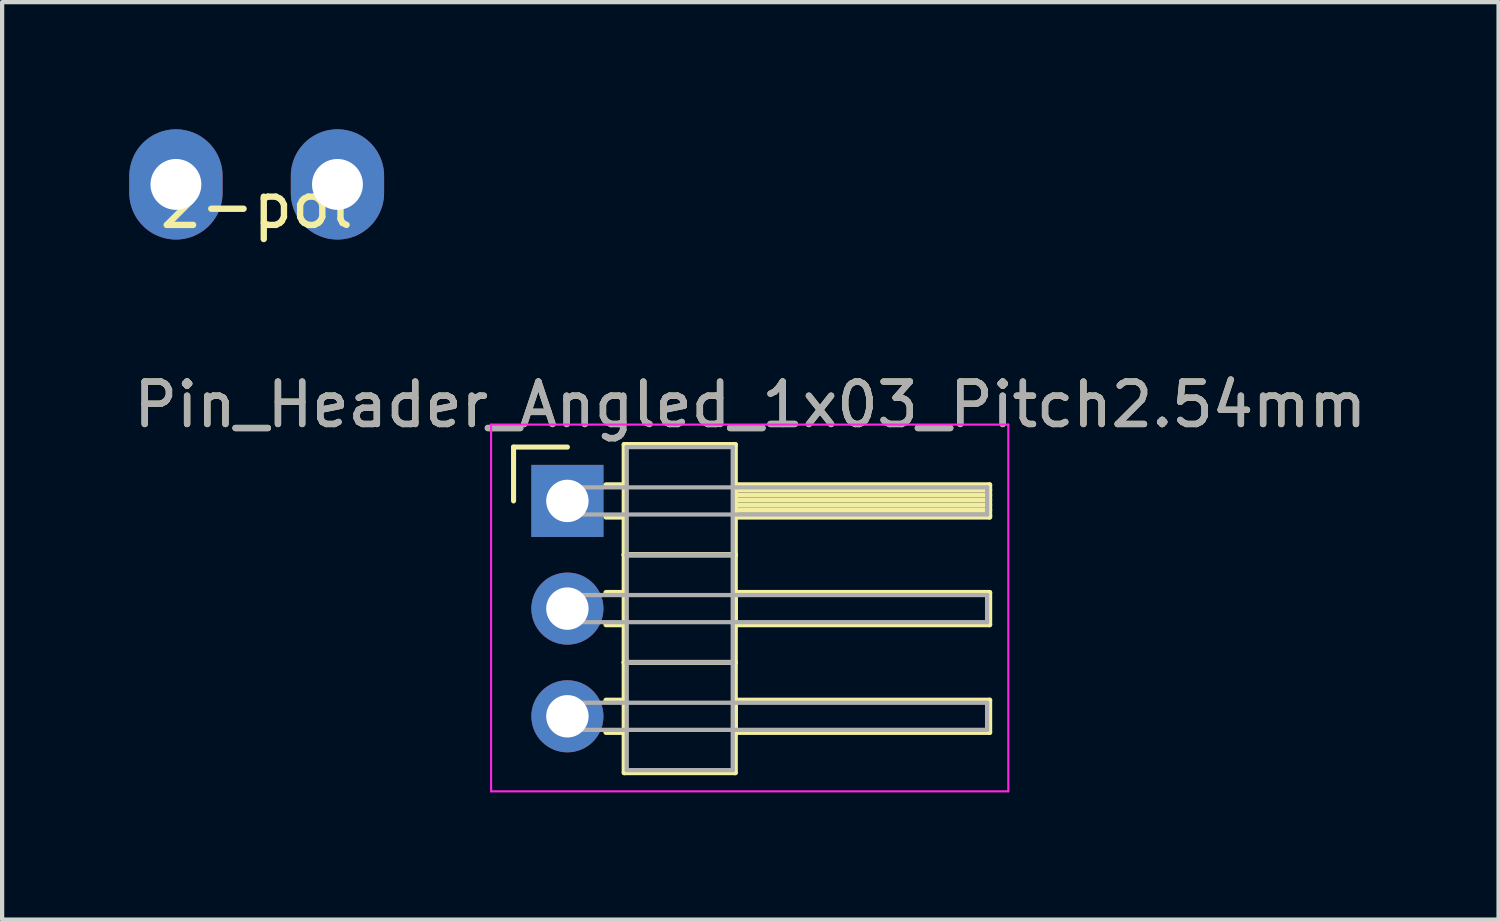
<source format=kicad_pcb>
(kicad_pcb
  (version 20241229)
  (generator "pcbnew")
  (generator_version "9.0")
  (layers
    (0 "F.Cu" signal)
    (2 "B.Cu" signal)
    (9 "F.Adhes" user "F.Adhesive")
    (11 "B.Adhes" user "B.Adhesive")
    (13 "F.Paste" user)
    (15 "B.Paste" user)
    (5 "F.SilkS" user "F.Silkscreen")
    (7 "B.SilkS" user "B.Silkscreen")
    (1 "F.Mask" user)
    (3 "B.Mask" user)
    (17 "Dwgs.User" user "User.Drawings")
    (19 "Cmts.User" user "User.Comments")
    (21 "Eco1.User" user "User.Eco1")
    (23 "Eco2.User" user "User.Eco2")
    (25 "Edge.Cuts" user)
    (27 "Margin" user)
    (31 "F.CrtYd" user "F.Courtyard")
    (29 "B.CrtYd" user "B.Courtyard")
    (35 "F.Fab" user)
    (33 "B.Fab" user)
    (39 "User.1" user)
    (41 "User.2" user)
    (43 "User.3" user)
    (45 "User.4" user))
  (footprint "2-pol"
    (layer "F.Cu")
    (at 3.005 1.3)
    (property "Reference" "2-pol" (at 0 0.5 0) (layer "F.SilkS") (effects (font (size 1 1) (thickness 0.15))))
    (attr through_hole)
    (pad "1" thru_hole oval (at -1.905 0) (size 2.2 2.6) (drill 1.2) (layers "*.Cu" "*.Mask"))
    (pad "2" thru_hole oval (at 1.905 0) (size 2.2 2.6) (drill 1.2) (layers "*.Cu" "*.Mask")))
  (footprint "Pin_Header_Angled_1x03_Pitch2.54mm"
    (layer "F.Cu")
    (at 10.334 11.306)
    (property "Reference" "Pin_Header_Angled_1x03_Pitch2.54mm" (at 4.315 -4.81 0) (layer "F.SilkS") (effects (font (size 1 1) (thickness 0.15))))
    (attr through_hole)
    (fp_line (start -1.27 -3.81) (end 0 -3.81) (stroke (width 0.12) (type solid)) (layer "F.SilkS"))
    (fp_line (start -1.27 -2.54) (end -1.27 -3.81) (stroke (width 0.12) (type solid)) (layer "F.SilkS"))
    (fp_line (start 0.91 -2.92) (end 1.34 -2.92) (stroke (width 0.12) (type solid)) (layer "F.SilkS"))
    (fp_line (start 0.91 -2.16) (end 1.34 -2.16) (stroke (width 0.12) (type solid)) (layer "F.SilkS"))
    (fp_line (start 0.91 -0.38) (end 1.34 -0.38) (stroke (width 0.12) (type solid)) (layer "F.SilkS"))
    (fp_line (start 0.91 0.38) (end 1.34 0.38) (stroke (width 0.12) (type solid)) (layer "F.SilkS"))
    (fp_line (start 0.91 2.16) (end 1.34 2.16) (stroke (width 0.12) (type solid)) (layer "F.SilkS"))
    (fp_line (start 0.91 2.92) (end 1.34 2.92) (stroke (width 0.12) (type solid)) (layer "F.SilkS"))
    (fp_line (start 1.34 -3.87) (end 1.34 -1.27) (stroke (width 0.12) (type solid)) (layer "F.SilkS"))
    (fp_line (start 1.34 -1.27) (end 1.34 1.27) (stroke (width 0.12) (type solid)) (layer "F.SilkS"))
    (fp_line (start 1.34 -1.27) (end 3.96 -1.27) (stroke (width 0.12) (type solid)) (layer "F.SilkS"))
    (fp_line (start 1.34 1.27) (end 1.34 3.87) (stroke (width 0.12) (type solid)) (layer "F.SilkS"))
    (fp_line (start 1.34 1.27) (end 3.96 1.27) (stroke (width 0.12) (type solid)) (layer "F.SilkS"))
    (fp_line (start 1.34 3.87) (end 3.96 3.87) (stroke (width 0.12) (type solid)) (layer "F.SilkS"))
    (fp_line (start 3.96 -3.87) (end 1.34 -3.87) (stroke (width 0.12) (type solid)) (layer "F.SilkS"))
    (fp_line (start 3.96 -2.92) (end 3.96 -2.16) (stroke (width 0.12) (type solid)) (layer "F.SilkS"))
    (fp_line (start 3.96 -2.8) (end 9.96 -2.8) (stroke (width 0.12) (type solid)) (layer "F.SilkS"))
    (fp_line (start 3.96 -2.68) (end 9.96 -2.68) (stroke (width 0.12) (type solid)) (layer "F.SilkS"))
    (fp_line (start 3.96 -2.56) (end 9.96 -2.56) (stroke (width 0.12) (type solid)) (layer "F.SilkS"))
    (fp_line (start 3.96 -2.44) (end 9.96 -2.44) (stroke (width 0.12) (type solid)) (layer "F.SilkS"))
    (fp_line (start 3.96 -2.32) (end 9.96 -2.32) (stroke (width 0.12) (type solid)) (layer "F.SilkS"))
    (fp_line (start 3.96 -2.2) (end 9.96 -2.2) (stroke (width 0.12) (type solid)) (layer "F.SilkS"))
    (fp_line (start 3.96 -2.16) (end 9.96 -2.16) (stroke (width 0.12) (type solid)) (layer "F.SilkS"))
    (fp_line (start 3.96 -1.27) (end 1.34 -1.27) (stroke (width 0.12) (type solid)) (layer "F.SilkS"))
    (fp_line (start 3.96 -1.27) (end 3.96 -3.87) (stroke (width 0.12) (type solid)) (layer "F.SilkS"))
    (fp_line (start 3.96 -0.38) (end 3.96 0.38) (stroke (width 0.12) (type solid)) (layer "F.SilkS"))
    (fp_line (start 3.96 0.38) (end 9.96 0.38) (stroke (width 0.12) (type solid)) (layer "F.SilkS"))
    (fp_line (start 3.96 1.27) (end 1.34 1.27) (stroke (width 0.12) (type solid)) (layer "F.SilkS"))
    (fp_line (start 3.96 1.27) (end 3.96 -1.27) (stroke (width 0.12) (type solid)) (layer "F.SilkS"))
    (fp_line (start 3.96 2.16) (end 3.96 2.92) (stroke (width 0.12) (type solid)) (layer "F.SilkS"))
    (fp_line (start 3.96 2.92) (end 9.96 2.92) (stroke (width 0.12) (type solid)) (layer "F.SilkS"))
    (fp_line (start 3.96 3.87) (end 3.96 1.27) (stroke (width 0.12) (type solid)) (layer "F.SilkS"))
    (fp_line (start 9.96 -2.92) (end 3.96 -2.92) (stroke (width 0.12) (type solid)) (layer "F.SilkS"))
    (fp_line (start 9.96 -2.16) (end 9.96 -2.92) (stroke (width 0.12) (type solid)) (layer "F.SilkS"))
    (fp_line (start 9.96 -0.38) (end 3.96 -0.38) (stroke (width 0.12) (type solid)) (layer "F.SilkS"))
    (fp_line (start 9.96 0.38) (end 9.96 -0.38) (stroke (width 0.12) (type solid)) (layer "F.SilkS"))
    (fp_line (start 9.96 2.16) (end 3.96 2.16) (stroke (width 0.12) (type solid)) (layer "F.SilkS"))
    (fp_line (start 9.96 2.92) (end 9.96 2.16) (stroke (width 0.12) (type solid)) (layer "F.SilkS"))
    (fp_line (start -1.8 -4.34) (end -1.8 4.31) (stroke (width 0.05) (type solid)) (layer "F.CrtYd"))
    (fp_line (start -1.8 4.31) (end 10.4 4.31) (stroke (width 0.05) (type solid)) (layer "F.CrtYd"))
    (fp_line (start 10.4 -4.34) (end -1.8 -4.34) (stroke (width 0.05) (type solid)) (layer "F.CrtYd"))
    (fp_line (start 10.4 4.31) (end 10.4 -4.34) (stroke (width 0.05) (type solid)) (layer "F.CrtYd"))
    (fp_line (start 0 -2.86) (end 0 -2.22) (stroke (width 0.1) (type solid)) (layer "F.Fab"))
    (fp_line (start 0 -2.22) (end 9.9 -2.22) (stroke (width 0.1) (type solid)) (layer "F.Fab"))
    (fp_line (start 0 -0.32) (end 0 0.32) (stroke (width 0.1) (type solid)) (layer "F.Fab"))
    (fp_line (start 0 0.32) (end 9.9 0.32) (stroke (width 0.1) (type solid)) (layer "F.Fab"))
    (fp_line (start 0 2.22) (end 0 2.86) (stroke (width 0.1) (type solid)) (layer "F.Fab"))
    (fp_line (start 0 2.86) (end 9.9 2.86) (stroke (width 0.1) (type solid)) (layer "F.Fab"))
    (fp_line (start 1.4 -3.81) (end 1.4 -1.27) (stroke (width 0.1) (type solid)) (layer "F.Fab"))
    (fp_line (start 1.4 -1.27) (end 1.4 1.27) (stroke (width 0.1) (type solid)) (layer "F.Fab"))
    (fp_line (start 1.4 -1.27) (end 3.9 -1.27) (stroke (width 0.1) (type solid)) (layer "F.Fab"))
    (fp_line (start 1.4 1.27) (end 1.4 3.81) (stroke (width 0.1) (type solid)) (layer "F.Fab"))
    (fp_line (start 1.4 1.27) (end 3.9 1.27) (stroke (width 0.1) (type solid)) (layer "F.Fab"))
    (fp_line (start 1.4 3.81) (end 3.9 3.81) (stroke (width 0.1) (type solid)) (layer "F.Fab"))
    (fp_line (start 3.9 -3.81) (end 1.4 -3.81) (stroke (width 0.1) (type solid)) (layer "F.Fab"))
    (fp_line (start 3.9 -1.27) (end 1.4 -1.27) (stroke (width 0.1) (type solid)) (layer "F.Fab"))
    (fp_line (start 3.9 -1.27) (end 3.9 -3.81) (stroke (width 0.1) (type solid)) (layer "F.Fab"))
    (fp_line (start 3.9 1.27) (end 1.4 1.27) (stroke (width 0.1) (type solid)) (layer "F.Fab"))
    (fp_line (start 3.9 1.27) (end 3.9 -1.27) (stroke (width 0.1) (type solid)) (layer "F.Fab"))
    (fp_line (start 3.9 3.81) (end 3.9 1.27) (stroke (width 0.1) (type solid)) (layer "F.Fab"))
    (fp_line (start 9.9 -2.86) (end 0 -2.86) (stroke (width 0.1) (type solid)) (layer "F.Fab"))
    (fp_line (start 9.9 -2.22) (end 9.9 -2.86) (stroke (width 0.1) (type solid)) (layer "F.Fab"))
    (fp_line (start 9.9 -0.32) (end 0 -0.32) (stroke (width 0.1) (type solid)) (layer "F.Fab"))
    (fp_line (start 9.9 0.32) (end 9.9 -0.32) (stroke (width 0.1) (type solid)) (layer "F.Fab"))
    (fp_line (start 9.9 2.22) (end 0 2.22) (stroke (width 0.1) (type solid)) (layer "F.Fab"))
    (fp_line (start 9.9 2.86) (end 9.9 2.22) (stroke (width 0.1) (type solid)) (layer "F.Fab"))
    (fp_text user "${REFERENCE}" (at 4.315 -4.81 0) (layer "F.Fab") (effects (font (size 1 1) (thickness 0.15))))
    (pad "1" thru_hole rect (at 0 -2.54) (size 1.7 1.7) (drill 1) (layers "*.Cu" "*.Mask"))
    (pad "2" thru_hole oval (at 0 0) (size 1.7 1.7) (drill 1) (layers "*.Cu" "*.Mask"))
    (pad "3" thru_hole oval (at 0 2.54) (size 1.7 1.7) (drill 1) (layers "*.Cu" "*.Mask")))
  (gr_rect
    (start -3 -3)
    (end 32.298 18.642)
    (stroke (width 0.1) (type default))
    (fill no)
    (layer "Edge.Cuts")))
</source>
